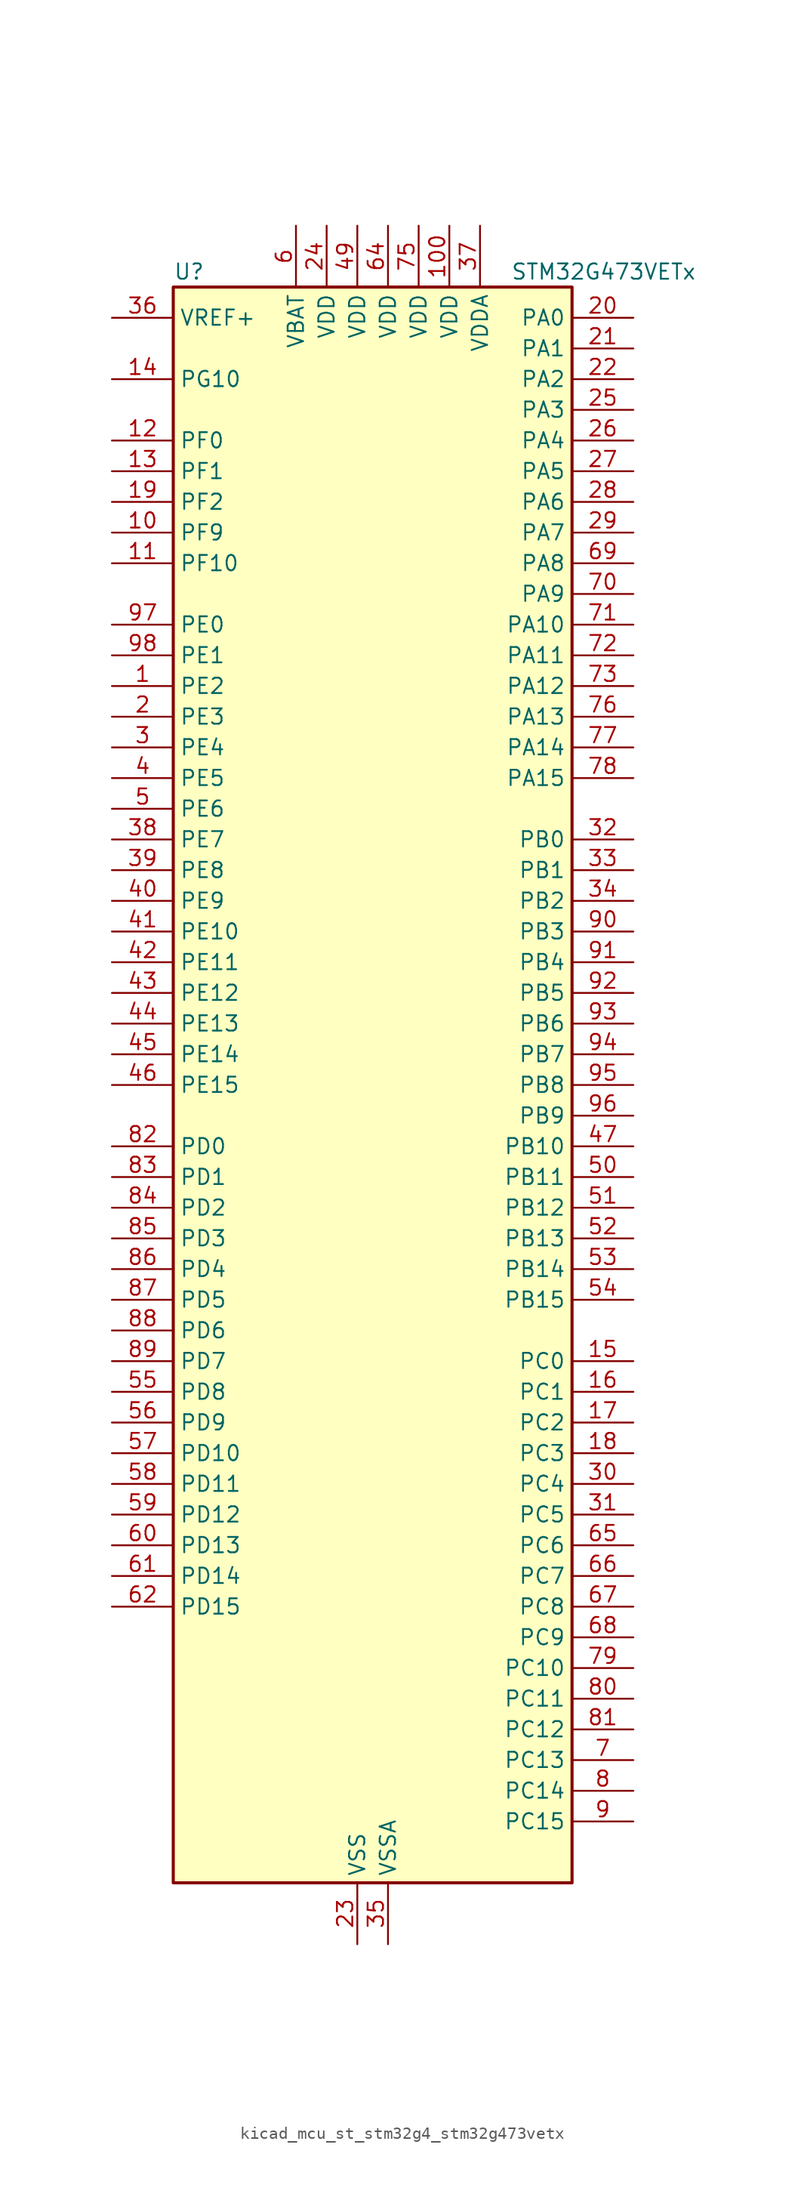
<source format=kicad_sym>
(kicad_symbol_lib
  (version 20220914)
  (generator kicad_symbol_editor)
  (symbol "kicad_mcu_st_stm32g4_stm32g473vetx"
    (property "Reference" "U"
      (at -15.24 67.31 0)
      (effects (font (size 1.27 1.27)) (justify left)))
    (property "Value" "STM32G473VETx"
      (at 12.7 67.31 0)
      (effects (font (size 1.27 1.27)) (justify left)))
    (property "ki_locked" ""
      (at 0 0 0)
      (effects (font (size 1.27 1.27))))
    (symbol "kicad_mcu_st_stm32g4_stm32g473vetx_0_1"
      (rectangle (start -15.24 -66.04) (end 17.78 66.04) (stroke (width 0.254) (type default)) (fill (type background))))
    (symbol "kicad_mcu_st_stm32g4_stm32g473vetx_1_1"
      (pin bidirectional line (at -20.32 33.02 0) (length 5.08) (name "PE2" (effects (font (size 1.27 1.27)))) (number "1" (effects (font (size 1.27 1.27)))) (alternate "ADC3_EXTI2" bidirectional line) (alternate "ADC4_EXTI2" bidirectional line) (alternate "ADC5_EXTI2" bidirectional line) (alternate "FMC_A23" bidirectional line) (alternate "SAI1_CK1" bidirectional line) (alternate "SAI1_MCLK_A" bidirectional line) (alternate "SPI4_SCK" bidirectional line) (alternate "SYS_TRACECLK" bidirectional line) (alternate "TIM20_CH1" bidirectional line) (alternate "TIM3_CH1" bidirectional line))
      (pin bidirectional line (at -20.32 45.72 0) (length 5.08) (name "PF9" (effects (font (size 1.27 1.27)))) (number "10" (effects (font (size 1.27 1.27)))) (alternate "DAC1_EXTI9" bidirectional line) (alternate "DAC2_EXTI9" bidirectional line) (alternate "DAC3_EXTI9" bidirectional line) (alternate "DAC4_EXTI9" bidirectional line) (alternate "FMC_A25" bidirectional line) (alternate "QUADSPI1_BK1_IO1" bidirectional line) (alternate "SAI1_FS_B" bidirectional line) (alternate "SPI2_SCK" bidirectional line) (alternate "TIM15_CH1" bidirectional line) (alternate "TIM20_BKIN" bidirectional line) (alternate "TIM5_CH4" bidirectional line))
      (pin power_in line (at 7.62 71.12 270) (length 5.08) (name "VDD" (effects (font (size 1.27 1.27)))) (number "100" (effects (font (size 1.27 1.27)))))
      (pin bidirectional line (at -20.32 43.18 0) (length 5.08) (name "PF10" (effects (font (size 1.27 1.27)))) (number "11" (effects (font (size 1.27 1.27)))) (alternate "DAC1_EXTI10" bidirectional line) (alternate "DAC2_EXTI10" bidirectional line) (alternate "DAC3_EXTI10" bidirectional line) (alternate "DAC4_EXTI10" bidirectional line) (alternate "FMC_A0" bidirectional line) (alternate "QUADSPI1_CLK" bidirectional line) (alternate "SAI1_D3" bidirectional line) (alternate "SPI2_SCK" bidirectional line) (alternate "TIM15_CH2" bidirectional line) (alternate "TIM20_BKIN2" bidirectional line))
      (pin bidirectional line (at -20.32 53.34 0) (length 5.08) (name "PF0" (effects (font (size 1.27 1.27)))) (number "12" (effects (font (size 1.27 1.27)))) (alternate "ADC1_IN10" bidirectional line) (alternate "I2C2_SDA" bidirectional line) (alternate "I2S2_WS" bidirectional line) (alternate "RCC_OSC_IN" bidirectional line) (alternate "SPI2_NSS" bidirectional line) (alternate "TIM1_CH3N" bidirectional line))
      (pin bidirectional line (at -20.32 50.8 0) (length 5.08) (name "PF1" (effects (font (size 1.27 1.27)))) (number "13" (effects (font (size 1.27 1.27)))) (alternate "ADC2_IN10" bidirectional line) (alternate "COMP3_INM" bidirectional line) (alternate "I2S2_CK" bidirectional line) (alternate "RCC_OSC_OUT" bidirectional line) (alternate "SPI2_SCK" bidirectional line))
      (pin bidirectional line (at -20.32 58.42 0) (length 5.08) (name "PG10" (effects (font (size 1.27 1.27)))) (number "14" (effects (font (size 1.27 1.27)))) (alternate "DAC1_EXTI10" bidirectional line) (alternate "DAC2_EXTI10" bidirectional line) (alternate "DAC3_EXTI10" bidirectional line) (alternate "DAC4_EXTI10" bidirectional line) (alternate "RCC_MCO" bidirectional line))
      (pin bidirectional line (at 22.86 -22.86 180) (length 5.08) (name "PC0" (effects (font (size 1.27 1.27)))) (number "15" (effects (font (size 1.27 1.27)))) (alternate "ADC1_IN6" bidirectional line) (alternate "ADC2_IN6" bidirectional line) (alternate "COMP3_INM" bidirectional line) (alternate "LPTIM1_IN1" bidirectional line) (alternate "LPUART1_RX" bidirectional line) (alternate "TIM1_CH1" bidirectional line))
      (pin bidirectional line (at 22.86 -25.4 180) (length 5.08) (name "PC1" (effects (font (size 1.27 1.27)))) (number "16" (effects (font (size 1.27 1.27)))) (alternate "ADC1_IN7" bidirectional line) (alternate "ADC2_IN7" bidirectional line) (alternate "COMP3_INP" bidirectional line) (alternate "LPTIM1_OUT" bidirectional line) (alternate "LPUART1_TX" bidirectional line) (alternate "QUADSPI1_BK2_IO0" bidirectional line) (alternate "SAI1_SD_A" bidirectional line) (alternate "TIM1_CH2" bidirectional line))
      (pin bidirectional line (at 22.86 -27.94 180) (length 5.08) (name "PC2" (effects (font (size 1.27 1.27)))) (number "17" (effects (font (size 1.27 1.27)))) (alternate "ADC1_IN8" bidirectional line) (alternate "ADC2_IN8" bidirectional line) (alternate "ADC3_EXTI2" bidirectional line) (alternate "ADC4_EXTI2" bidirectional line) (alternate "ADC5_EXTI2" bidirectional line) (alternate "COMP3_OUT" bidirectional line) (alternate "LPTIM1_IN2" bidirectional line) (alternate "QUADSPI1_BK2_IO1" bidirectional line) (alternate "TIM1_CH3" bidirectional line) (alternate "TIM20_CH2" bidirectional line))
      (pin bidirectional line (at 22.86 -30.48 180) (length 5.08) (name "PC3" (effects (font (size 1.27 1.27)))) (number "18" (effects (font (size 1.27 1.27)))) (alternate "ADC1_IN9" bidirectional line) (alternate "ADC2_IN9" bidirectional line) (alternate "ADC3_EXTI3" bidirectional line) (alternate "ADC4_EXTI3" bidirectional line) (alternate "ADC5_EXTI3" bidirectional line) (alternate "LPTIM1_ETR" bidirectional line) (alternate "OPAMP5_VINP" bidirectional line) (alternate "OPAMP5_VINP_SEC" bidirectional line) (alternate "QUADSPI1_BK2_IO2" bidirectional line) (alternate "SAI1_D1" bidirectional line) (alternate "SAI1_SD_A" bidirectional line) (alternate "TIM1_BKIN2" bidirectional line) (alternate "TIM1_CH4" bidirectional line))
      (pin bidirectional line (at -20.32 48.26 0) (length 5.08) (name "PF2" (effects (font (size 1.27 1.27)))) (number "19" (effects (font (size 1.27 1.27)))) (alternate "ADC3_EXTI2" bidirectional line) (alternate "ADC4_EXTI2" bidirectional line) (alternate "ADC5_EXTI2" bidirectional line) (alternate "FMC_A2" bidirectional line) (alternate "I2C2_SMBA" bidirectional line) (alternate "TIM20_CH3" bidirectional line))
      (pin bidirectional line (at -20.32 30.48 0) (length 5.08) (name "PE3" (effects (font (size 1.27 1.27)))) (number "2" (effects (font (size 1.27 1.27)))) (alternate "ADC3_EXTI3" bidirectional line) (alternate "ADC4_EXTI3" bidirectional line) (alternate "ADC5_EXTI3" bidirectional line) (alternate "FMC_A19" bidirectional line) (alternate "SAI1_SD_B" bidirectional line) (alternate "SPI4_NSS" bidirectional line) (alternate "SYS_TRACED0" bidirectional line) (alternate "TIM20_CH2" bidirectional line) (alternate "TIM3_CH2" bidirectional line))
      (pin bidirectional line (at 22.86 63.5 180) (length 5.08) (name "PA0" (effects (font (size 1.27 1.27)))) (number "20" (effects (font (size 1.27 1.27)))) (alternate "ADC1_IN1" bidirectional line) (alternate "ADC2_IN1" bidirectional line) (alternate "COMP1_INM" bidirectional line) (alternate "COMP1_OUT" bidirectional line) (alternate "COMP3_INP" bidirectional line) (alternate "RTC_TAMP2" bidirectional line) (alternate "SYS_WKUP1" bidirectional line) (alternate "TIM2_CH1" bidirectional line) (alternate "TIM2_ETR" bidirectional line) (alternate "TIM5_CH1" bidirectional line) (alternate "TIM8_BKIN" bidirectional line) (alternate "TIM8_ETR" bidirectional line) (alternate "USART2_CTS" bidirectional line) (alternate "USART2_NSS" bidirectional line))
      (pin bidirectional line (at 22.86 60.96 180) (length 5.08) (name "PA1" (effects (font (size 1.27 1.27)))) (number "21" (effects (font (size 1.27 1.27)))) (alternate "ADC1_IN2" bidirectional line) (alternate "ADC2_IN2" bidirectional line) (alternate "COMP1_INP" bidirectional line) (alternate "OPAMP1_VINP" bidirectional line) (alternate "OPAMP1_VINP_SEC" bidirectional line) (alternate "OPAMP3_VINP" bidirectional line) (alternate "OPAMP3_VINP_SEC" bidirectional line) (alternate "OPAMP6_VINM" bidirectional line) (alternate "OPAMP6_VINM0" bidirectional line) (alternate "OPAMP6_VINM_SEC" bidirectional line) (alternate "RTC_REFIN" bidirectional line) (alternate "TIM15_CH1N" bidirectional line) (alternate "TIM2_CH2" bidirectional line) (alternate "TIM5_CH2" bidirectional line) (alternate "USART2_DE" bidirectional line) (alternate "USART2_RTS" bidirectional line))
      (pin bidirectional line (at 22.86 58.42 180) (length 5.08) (name "PA2" (effects (font (size 1.27 1.27)))) (number "22" (effects (font (size 1.27 1.27)))) (alternate "ADC1_IN3" bidirectional line) (alternate "ADC3_EXTI2" bidirectional line) (alternate "ADC4_EXTI2" bidirectional line) (alternate "ADC5_EXTI2" bidirectional line) (alternate "COMP2_INM" bidirectional line) (alternate "COMP2_OUT" bidirectional line) (alternate "LPUART1_TX" bidirectional line) (alternate "OPAMP1_VOUT" bidirectional line) (alternate "QUADSPI1_BK1_NCS" bidirectional line) (alternate "RCC_LSCO" bidirectional line) (alternate "SYS_WKUP4" bidirectional line) (alternate "TIM15_CH1" bidirectional line) (alternate "TIM2_CH3" bidirectional line) (alternate "TIM5_CH3" bidirectional line) (alternate "UCPD1_FRSTX1" bidirectional line) (alternate "UCPD1_FRSTX2" bidirectional line) (alternate "USART2_TX" bidirectional line))
      (pin power_in line (at 0 -71.12 90) (length 5.08) (name "VSS" (effects (font (size 1.27 1.27)))) (number "23" (effects (font (size 1.27 1.27)))))
      (pin power_in line (at -2.54 71.12 270) (length 5.08) (name "VDD" (effects (font (size 1.27 1.27)))) (number "24" (effects (font (size 1.27 1.27)))))
      (pin bidirectional line (at 22.86 55.88 180) (length 5.08) (name "PA3" (effects (font (size 1.27 1.27)))) (number "25" (effects (font (size 1.27 1.27)))) (alternate "ADC1_IN4" bidirectional line) (alternate "ADC3_EXTI3" bidirectional line) (alternate "ADC4_EXTI3" bidirectional line) (alternate "ADC5_EXTI3" bidirectional line) (alternate "COMP2_INP" bidirectional line) (alternate "LPUART1_RX" bidirectional line) (alternate "OPAMP1_VINM" bidirectional line) (alternate "OPAMP1_VINM0" bidirectional line) (alternate "OPAMP1_VINM_SEC" bidirectional line) (alternate "OPAMP1_VINP" bidirectional line) (alternate "OPAMP1_VINP_SEC" bidirectional line) (alternate "OPAMP5_VINM" bidirectional line) (alternate "OPAMP5_VINM1" bidirectional line) (alternate "OPAMP5_VINM_SEC" bidirectional line) (alternate "QUADSPI1_CLK" bidirectional line) (alternate "SAI1_CK1" bidirectional line) (alternate "SAI1_MCLK_A" bidirectional line) (alternate "TIM15_CH2" bidirectional line) (alternate "TIM2_CH4" bidirectional line) (alternate "TIM5_CH4" bidirectional line) (alternate "USART2_RX" bidirectional line))
      (pin bidirectional line (at 22.86 53.34 180) (length 5.08) (name "PA4" (effects (font (size 1.27 1.27)))) (number "26" (effects (font (size 1.27 1.27)))) (alternate "ADC2_IN17" bidirectional line) (alternate "COMP1_INM" bidirectional line) (alternate "DAC1_OUT1" bidirectional line) (alternate "I2S3_WS" bidirectional line) (alternate "SAI1_FS_B" bidirectional line) (alternate "SPI1_NSS" bidirectional line) (alternate "SPI3_NSS" bidirectional line) (alternate "TIM3_CH2" bidirectional line) (alternate "USART2_CK" bidirectional line))
      (pin bidirectional line (at 22.86 50.8 180) (length 5.08) (name "PA5" (effects (font (size 1.27 1.27)))) (number "27" (effects (font (size 1.27 1.27)))) (alternate "ADC2_IN13" bidirectional line) (alternate "COMP2_INM" bidirectional line) (alternate "DAC1_OUT2" bidirectional line) (alternate "OPAMP2_VINM" bidirectional line) (alternate "OPAMP2_VINM0" bidirectional line) (alternate "OPAMP2_VINM_SEC" bidirectional line) (alternate "SPI1_SCK" bidirectional line) (alternate "TIM2_CH1" bidirectional line) (alternate "TIM2_ETR" bidirectional line) (alternate "UCPD1_FRSTX1" bidirectional line) (alternate "UCPD1_FRSTX2" bidirectional line))
      (pin bidirectional line (at 22.86 48.26 180) (length 5.08) (name "PA6" (effects (font (size 1.27 1.27)))) (number "28" (effects (font (size 1.27 1.27)))) (alternate "ADC2_IN3" bidirectional line) (alternate "COMP1_OUT" bidirectional line) (alternate "DAC2_OUT1" bidirectional line) (alternate "LPUART1_CTS" bidirectional line) (alternate "OPAMP2_VOUT" bidirectional line) (alternate "QUADSPI1_BK1_IO3" bidirectional line) (alternate "SPI1_MISO" bidirectional line) (alternate "TIM16_CH1" bidirectional line) (alternate "TIM1_BKIN" bidirectional line) (alternate "TIM3_CH1" bidirectional line) (alternate "TIM8_BKIN" bidirectional line))
      (pin bidirectional line (at 22.86 45.72 180) (length 5.08) (name "PA7" (effects (font (size 1.27 1.27)))) (number "29" (effects (font (size 1.27 1.27)))) (alternate "ADC2_IN4" bidirectional line) (alternate "COMP2_INP" bidirectional line) (alternate "COMP2_OUT" bidirectional line) (alternate "OPAMP1_VINP" bidirectional line) (alternate "OPAMP1_VINP_SEC" bidirectional line) (alternate "OPAMP2_VINP" bidirectional line) (alternate "OPAMP2_VINP_SEC" bidirectional line) (alternate "QUADSPI1_BK1_IO2" bidirectional line) (alternate "SPI1_MOSI" bidirectional line) (alternate "TIM17_CH1" bidirectional line) (alternate "TIM1_CH1N" bidirectional line) (alternate "TIM3_CH2" bidirectional line) (alternate "TIM8_CH1N" bidirectional line) (alternate "UCPD1_FRSTX1" bidirectional line) (alternate "UCPD1_FRSTX2" bidirectional line))
      (pin bidirectional line (at -20.32 27.94 0) (length 5.08) (name "PE4" (effects (font (size 1.27 1.27)))) (number "3" (effects (font (size 1.27 1.27)))) (alternate "FMC_A20" bidirectional line) (alternate "SAI1_D2" bidirectional line) (alternate "SAI1_FS_A" bidirectional line) (alternate "SPI4_NSS" bidirectional line) (alternate "SYS_TRACED1" bidirectional line) (alternate "TIM20_CH1N" bidirectional line) (alternate "TIM3_CH3" bidirectional line))
      (pin bidirectional line (at 22.86 -33.02 180) (length 5.08) (name "PC4" (effects (font (size 1.27 1.27)))) (number "30" (effects (font (size 1.27 1.27)))) (alternate "ADC2_IN5" bidirectional line) (alternate "I2C2_SCL" bidirectional line) (alternate "QUADSPI1_BK2_IO3" bidirectional line) (alternate "TIM1_ETR" bidirectional line) (alternate "USART1_TX" bidirectional line))
      (pin bidirectional line (at 22.86 -35.56 180) (length 5.08) (name "PC5" (effects (font (size 1.27 1.27)))) (number "31" (effects (font (size 1.27 1.27)))) (alternate "ADC2_IN11" bidirectional line) (alternate "OPAMP1_VINM" bidirectional line) (alternate "OPAMP1_VINM1" bidirectional line) (alternate "OPAMP1_VINM_SEC" bidirectional line) (alternate "OPAMP2_VINM" bidirectional line) (alternate "OPAMP2_VINM1" bidirectional line) (alternate "OPAMP2_VINM_SEC" bidirectional line) (alternate "SAI1_D3" bidirectional line) (alternate "SYS_WKUP5" bidirectional line) (alternate "TIM15_BKIN" bidirectional line) (alternate "TIM1_CH4N" bidirectional line) (alternate "USART1_RX" bidirectional line))
      (pin bidirectional line (at 22.86 20.32 180) (length 5.08) (name "PB0" (effects (font (size 1.27 1.27)))) (number "32" (effects (font (size 1.27 1.27)))) (alternate "ADC1_IN15" bidirectional line) (alternate "ADC3_IN12" bidirectional line) (alternate "COMP4_INP" bidirectional line) (alternate "OPAMP2_VINP" bidirectional line) (alternate "OPAMP2_VINP_SEC" bidirectional line) (alternate "OPAMP3_VINP" bidirectional line) (alternate "OPAMP3_VINP_SEC" bidirectional line) (alternate "QUADSPI1_BK1_IO1" bidirectional line) (alternate "TIM1_CH2N" bidirectional line) (alternate "TIM3_CH3" bidirectional line) (alternate "TIM8_CH2N" bidirectional line) (alternate "UCPD1_FRSTX1" bidirectional line) (alternate "UCPD1_FRSTX2" bidirectional line))
      (pin bidirectional line (at 22.86 17.78 180) (length 5.08) (name "PB1" (effects (font (size 1.27 1.27)))) (number "33" (effects (font (size 1.27 1.27)))) (alternate "ADC1_IN12" bidirectional line) (alternate "ADC3_IN1" bidirectional line) (alternate "COMP1_INP" bidirectional line) (alternate "COMP4_OUT" bidirectional line) (alternate "LPUART1_DE" bidirectional line) (alternate "LPUART1_RTS" bidirectional line) (alternate "OPAMP3_VOUT" bidirectional line) (alternate "OPAMP6_VINM" bidirectional line) (alternate "OPAMP6_VINM1" bidirectional line) (alternate "OPAMP6_VINM_SEC" bidirectional line) (alternate "QUADSPI1_BK1_IO0" bidirectional line) (alternate "TIM1_CH3N" bidirectional line) (alternate "TIM3_CH4" bidirectional line) (alternate "TIM8_CH3N" bidirectional line))
      (pin bidirectional line (at 22.86 15.24 180) (length 5.08) (name "PB2" (effects (font (size 1.27 1.27)))) (number "34" (effects (font (size 1.27 1.27)))) (alternate "ADC2_IN12" bidirectional line) (alternate "ADC3_EXTI2" bidirectional line) (alternate "ADC4_EXTI2" bidirectional line) (alternate "ADC5_EXTI2" bidirectional line) (alternate "COMP4_INM" bidirectional line) (alternate "I2C3_SMBA" bidirectional line) (alternate "LPTIM1_OUT" bidirectional line) (alternate "OPAMP3_VINM" bidirectional line) (alternate "OPAMP3_VINM0" bidirectional line) (alternate "OPAMP3_VINM_SEC" bidirectional line) (alternate "QUADSPI1_BK2_IO1" bidirectional line) (alternate "RTC_OUT2" bidirectional line) (alternate "TIM20_CH1" bidirectional line) (alternate "TIM5_CH1" bidirectional line))
      (pin power_in line (at 2.54 -71.12 90) (length 5.08) (name "VSSA" (effects (font (size 1.27 1.27)))) (number "35" (effects (font (size 1.27 1.27)))))
      (pin input line (at -20.32 63.5 0) (length 5.08) (name "VREF+" (effects (font (size 1.27 1.27)))) (number "36" (effects (font (size 1.27 1.27)))) (alternate "VREFBUF_OUT" bidirectional line))
      (pin power_in line (at 10.16 71.12 270) (length 5.08) (name "VDDA" (effects (font (size 1.27 1.27)))) (number "37" (effects (font (size 1.27 1.27)))))
      (pin bidirectional line (at -20.32 20.32 0) (length 5.08) (name "PE7" (effects (font (size 1.27 1.27)))) (number "38" (effects (font (size 1.27 1.27)))) (alternate "ADC3_IN4" bidirectional line) (alternate "COMP4_INP" bidirectional line) (alternate "FMC_D4" bidirectional line) (alternate "FMC_DA4" bidirectional line) (alternate "SAI1_SD_B" bidirectional line) (alternate "TIM1_ETR" bidirectional line))
      (pin bidirectional line (at -20.32 17.78 0) (length 5.08) (name "PE8" (effects (font (size 1.27 1.27)))) (number "39" (effects (font (size 1.27 1.27)))) (alternate "ADC3_IN6" bidirectional line) (alternate "ADC4_IN6" bidirectional line) (alternate "ADC5_IN6" bidirectional line) (alternate "COMP4_INM" bidirectional line) (alternate "FMC_D5" bidirectional line) (alternate "FMC_DA5" bidirectional line) (alternate "SAI1_SCK_B" bidirectional line) (alternate "TIM1_CH1N" bidirectional line) (alternate "TIM5_CH3" bidirectional line))
      (pin bidirectional line (at -20.32 25.4 0) (length 5.08) (name "PE5" (effects (font (size 1.27 1.27)))) (number "4" (effects (font (size 1.27 1.27)))) (alternate "FMC_A21" bidirectional line) (alternate "SAI1_CK2" bidirectional line) (alternate "SAI1_SCK_A" bidirectional line) (alternate "SPI4_MISO" bidirectional line) (alternate "SYS_TRACED2" bidirectional line) (alternate "TIM20_CH2N" bidirectional line) (alternate "TIM3_CH4" bidirectional line))
      (pin bidirectional line (at -20.32 15.24 0) (length 5.08) (name "PE9" (effects (font (size 1.27 1.27)))) (number "40" (effects (font (size 1.27 1.27)))) (alternate "ADC3_IN2" bidirectional line) (alternate "DAC1_EXTI9" bidirectional line) (alternate "DAC2_EXTI9" bidirectional line) (alternate "DAC3_EXTI9" bidirectional line) (alternate "DAC4_EXTI9" bidirectional line) (alternate "FMC_D6" bidirectional line) (alternate "FMC_DA6" bidirectional line) (alternate "SAI1_FS_B" bidirectional line) (alternate "TIM1_CH1" bidirectional line) (alternate "TIM5_CH4" bidirectional line))
      (pin bidirectional line (at -20.32 12.7 0) (length 5.08) (name "PE10" (effects (font (size 1.27 1.27)))) (number "41" (effects (font (size 1.27 1.27)))) (alternate "ADC3_IN14" bidirectional line) (alternate "ADC4_IN14" bidirectional line) (alternate "ADC5_IN14" bidirectional line) (alternate "DAC1_EXTI10" bidirectional line) (alternate "DAC2_EXTI10" bidirectional line) (alternate "DAC3_EXTI10" bidirectional line) (alternate "DAC4_EXTI10" bidirectional line) (alternate "FMC_D7" bidirectional line) (alternate "FMC_DA7" bidirectional line) (alternate "QUADSPI1_CLK" bidirectional line) (alternate "SAI1_MCLK_B" bidirectional line) (alternate "TIM1_CH2N" bidirectional line))
      (pin bidirectional line (at -20.32 10.16 0) (length 5.08) (name "PE11" (effects (font (size 1.27 1.27)))) (number "42" (effects (font (size 1.27 1.27)))) (alternate "ADC1_EXTI11" bidirectional line) (alternate "ADC2_EXTI11" bidirectional line) (alternate "ADC3_IN15" bidirectional line) (alternate "ADC4_IN15" bidirectional line) (alternate "ADC5_IN15" bidirectional line) (alternate "FMC_D8" bidirectional line) (alternate "FMC_DA8" bidirectional line) (alternate "QUADSPI1_BK1_NCS" bidirectional line) (alternate "SPI4_NSS" bidirectional line) (alternate "TIM1_CH2" bidirectional line))
      (pin bidirectional line (at -20.32 7.62 0) (length 5.08) (name "PE12" (effects (font (size 1.27 1.27)))) (number "43" (effects (font (size 1.27 1.27)))) (alternate "ADC3_IN16" bidirectional line) (alternate "ADC4_IN16" bidirectional line) (alternate "ADC5_IN16" bidirectional line) (alternate "FMC_D9" bidirectional line) (alternate "FMC_DA9" bidirectional line) (alternate "QUADSPI1_BK1_IO0" bidirectional line) (alternate "SPI4_SCK" bidirectional line) (alternate "TIM1_CH3N" bidirectional line))
      (pin bidirectional line (at -20.32 5.08 0) (length 5.08) (name "PE13" (effects (font (size 1.27 1.27)))) (number "44" (effects (font (size 1.27 1.27)))) (alternate "ADC3_IN3" bidirectional line) (alternate "FMC_D10" bidirectional line) (alternate "FMC_DA10" bidirectional line) (alternate "QUADSPI1_BK1_IO1" bidirectional line) (alternate "SPI4_MISO" bidirectional line) (alternate "TIM1_CH3" bidirectional line))
      (pin bidirectional line (at -20.32 2.54 0) (length 5.08) (name "PE14" (effects (font (size 1.27 1.27)))) (number "45" (effects (font (size 1.27 1.27)))) (alternate "ADC4_IN1" bidirectional line) (alternate "FMC_D11" bidirectional line) (alternate "FMC_DA11" bidirectional line) (alternate "QUADSPI1_BK1_IO2" bidirectional line) (alternate "SPI4_MOSI" bidirectional line) (alternate "TIM1_BKIN2" bidirectional line) (alternate "TIM1_CH4" bidirectional line))
      (pin bidirectional line (at -20.32 0 0) (length 5.08) (name "PE15" (effects (font (size 1.27 1.27)))) (number "46" (effects (font (size 1.27 1.27)))) (alternate "ADC1_EXTI15" bidirectional line) (alternate "ADC2_EXTI15" bidirectional line) (alternate "ADC4_IN2" bidirectional line) (alternate "FMC_D12" bidirectional line) (alternate "FMC_DA12" bidirectional line) (alternate "QUADSPI1_BK1_IO3" bidirectional line) (alternate "TIM1_BKIN" bidirectional line) (alternate "TIM1_CH4N" bidirectional line) (alternate "USART3_RX" bidirectional line))
      (pin bidirectional line (at 22.86 -5.08 180) (length 5.08) (name "PB10" (effects (font (size 1.27 1.27)))) (number "47" (effects (font (size 1.27 1.27)))) (alternate "COMP5_INM" bidirectional line) (alternate "DAC1_EXTI10" bidirectional line) (alternate "DAC2_EXTI10" bidirectional line) (alternate "DAC3_EXTI10" bidirectional line) (alternate "DAC4_EXTI10" bidirectional line) (alternate "LPUART1_RX" bidirectional line) (alternate "OPAMP3_VINM" bidirectional line) (alternate "OPAMP3_VINM1" bidirectional line) (alternate "OPAMP3_VINM_SEC" bidirectional line) (alternate "OPAMP4_VINM" bidirectional line) (alternate "OPAMP4_VINM0" bidirectional line) (alternate "OPAMP4_VINM_SEC" bidirectional line) (alternate "QUADSPI1_CLK" bidirectional line) (alternate "SAI1_SCK_A" bidirectional line) (alternate "TIM1_BKIN" bidirectional line) (alternate "TIM2_CH3" bidirectional line) (alternate "USART3_TX" bidirectional line))
      (pin passive line (at 0 -71.12 90) (length 5.08) hide (name "VSS" (effects (font (size 1.27 1.27)))) (number "48" (effects (font (size 1.27 1.27)))))
      (pin power_in line (at 0 71.12 270) (length 5.08) (name "VDD" (effects (font (size 1.27 1.27)))) (number "49" (effects (font (size 1.27 1.27)))))
      (pin bidirectional line (at -20.32 22.86 0) (length 5.08) (name "PE6" (effects (font (size 1.27 1.27)))) (number "5" (effects (font (size 1.27 1.27)))) (alternate "FMC_A22" bidirectional line) (alternate "RTC_TAMP3" bidirectional line) (alternate "SAI1_D1" bidirectional line) (alternate "SAI1_SD_A" bidirectional line) (alternate "SPI4_MOSI" bidirectional line) (alternate "SYS_TRACED3" bidirectional line) (alternate "SYS_WKUP3" bidirectional line) (alternate "TIM20_CH3N" bidirectional line))
      (pin bidirectional line (at 22.86 -7.62 180) (length 5.08) (name "PB11" (effects (font (size 1.27 1.27)))) (number "50" (effects (font (size 1.27 1.27)))) (alternate "ADC1_EXTI11" bidirectional line) (alternate "ADC1_IN14" bidirectional line) (alternate "ADC2_EXTI11" bidirectional line) (alternate "ADC2_IN14" bidirectional line) (alternate "COMP6_INP" bidirectional line) (alternate "LPUART1_TX" bidirectional line) (alternate "OPAMP4_VINP" bidirectional line) (alternate "OPAMP4_VINP_SEC" bidirectional line) (alternate "OPAMP6_VOUT" bidirectional line) (alternate "QUADSPI1_BK1_NCS" bidirectional line) (alternate "TIM2_CH4" bidirectional line) (alternate "USART3_RX" bidirectional line))
      (pin bidirectional line (at 22.86 -10.16 180) (length 5.08) (name "PB12" (effects (font (size 1.27 1.27)))) (number "51" (effects (font (size 1.27 1.27)))) (alternate "ADC1_IN11" bidirectional line) (alternate "ADC4_IN3" bidirectional line) (alternate "COMP7_INM" bidirectional line) (alternate "FDCAN2_RX" bidirectional line) (alternate "I2C2_SMBA" bidirectional line) (alternate "I2S2_WS" bidirectional line) (alternate "LPUART1_DE" bidirectional line) (alternate "LPUART1_RTS" bidirectional line) (alternate "OPAMP4_VOUT" bidirectional line) (alternate "OPAMP6_VINP" bidirectional line) (alternate "OPAMP6_VINP_SEC" bidirectional line) (alternate "SPI2_NSS" bidirectional line) (alternate "TIM1_BKIN" bidirectional line) (alternate "TIM5_ETR" bidirectional line) (alternate "USART3_CK" bidirectional line))
      (pin bidirectional line (at 22.86 -12.7 180) (length 5.08) (name "PB13" (effects (font (size 1.27 1.27)))) (number "52" (effects (font (size 1.27 1.27)))) (alternate "ADC3_IN5" bidirectional line) (alternate "COMP5_INP" bidirectional line) (alternate "FDCAN2_TX" bidirectional line) (alternate "I2S2_CK" bidirectional line) (alternate "LPUART1_CTS" bidirectional line) (alternate "OPAMP3_VINP" bidirectional line) (alternate "OPAMP3_VINP_SEC" bidirectional line) (alternate "OPAMP4_VINP" bidirectional line) (alternate "OPAMP4_VINP_SEC" bidirectional line) (alternate "OPAMP6_VINP" bidirectional line) (alternate "OPAMP6_VINP_SEC" bidirectional line) (alternate "SPI2_SCK" bidirectional line) (alternate "TIM1_CH1N" bidirectional line) (alternate "USART3_CTS" bidirectional line) (alternate "USART3_NSS" bidirectional line))
      (pin bidirectional line (at 22.86 -15.24 180) (length 5.08) (name "PB14" (effects (font (size 1.27 1.27)))) (number "53" (effects (font (size 1.27 1.27)))) (alternate "ADC1_IN5" bidirectional line) (alternate "ADC4_IN4" bidirectional line) (alternate "COMP4_OUT" bidirectional line) (alternate "COMP7_INP" bidirectional line) (alternate "OPAMP2_VINP" bidirectional line) (alternate "OPAMP2_VINP_SEC" bidirectional line) (alternate "OPAMP5_VINP" bidirectional line) (alternate "OPAMP5_VINP_SEC" bidirectional line) (alternate "SPI2_MISO" bidirectional line) (alternate "TIM15_CH1" bidirectional line) (alternate "TIM1_CH2N" bidirectional line) (alternate "USART3_DE" bidirectional line) (alternate "USART3_RTS" bidirectional line))
      (pin bidirectional line (at 22.86 -17.78 180) (length 5.08) (name "PB15" (effects (font (size 1.27 1.27)))) (number "54" (effects (font (size 1.27 1.27)))) (alternate "ADC1_EXTI15" bidirectional line) (alternate "ADC2_EXTI15" bidirectional line) (alternate "ADC2_IN15" bidirectional line) (alternate "ADC4_IN5" bidirectional line) (alternate "COMP3_OUT" bidirectional line) (alternate "COMP6_INM" bidirectional line) (alternate "I2S2_SD" bidirectional line) (alternate "OPAMP5_VINM" bidirectional line) (alternate "OPAMP5_VINM0" bidirectional line) (alternate "OPAMP5_VINM_SEC" bidirectional line) (alternate "RTC_REFIN" bidirectional line) (alternate "SPI2_MOSI" bidirectional line) (alternate "TIM15_CH1N" bidirectional line) (alternate "TIM15_CH2" bidirectional line) (alternate "TIM1_CH3N" bidirectional line))
      (pin bidirectional line (at -20.32 -25.4 0) (length 5.08) (name "PD8" (effects (font (size 1.27 1.27)))) (number "55" (effects (font (size 1.27 1.27)))) (alternate "ADC4_IN12" bidirectional line) (alternate "ADC5_IN12" bidirectional line) (alternate "FMC_D13" bidirectional line) (alternate "FMC_DA13" bidirectional line) (alternate "OPAMP4_VINM" bidirectional line) (alternate "OPAMP4_VINM1" bidirectional line) (alternate "OPAMP4_VINM_SEC" bidirectional line) (alternate "USART3_TX" bidirectional line))
      (pin bidirectional line (at -20.32 -27.94 0) (length 5.08) (name "PD9" (effects (font (size 1.27 1.27)))) (number "56" (effects (font (size 1.27 1.27)))) (alternate "ADC4_IN13" bidirectional line) (alternate "ADC5_IN13" bidirectional line) (alternate "DAC1_EXTI9" bidirectional line) (alternate "DAC2_EXTI9" bidirectional line) (alternate "DAC3_EXTI9" bidirectional line) (alternate "DAC4_EXTI9" bidirectional line) (alternate "FMC_D14" bidirectional line) (alternate "FMC_DA14" bidirectional line) (alternate "OPAMP6_VINP" bidirectional line) (alternate "OPAMP6_VINP_SEC" bidirectional line) (alternate "USART3_RX" bidirectional line))
      (pin bidirectional line (at -20.32 -30.48 0) (length 5.08) (name "PD10" (effects (font (size 1.27 1.27)))) (number "57" (effects (font (size 1.27 1.27)))) (alternate "ADC3_IN7" bidirectional line) (alternate "ADC4_IN7" bidirectional line) (alternate "ADC5_IN7" bidirectional line) (alternate "COMP6_INM" bidirectional line) (alternate "DAC1_EXTI10" bidirectional line) (alternate "DAC2_EXTI10" bidirectional line) (alternate "DAC3_EXTI10" bidirectional line) (alternate "DAC4_EXTI10" bidirectional line) (alternate "FMC_D15" bidirectional line) (alternate "FMC_DA15" bidirectional line) (alternate "USART3_CK" bidirectional line))
      (pin bidirectional line (at -20.32 -33.02 0) (length 5.08) (name "PD11" (effects (font (size 1.27 1.27)))) (number "58" (effects (font (size 1.27 1.27)))) (alternate "ADC1_EXTI11" bidirectional line) (alternate "ADC2_EXTI11" bidirectional line) (alternate "ADC3_IN8" bidirectional line) (alternate "ADC4_IN8" bidirectional line) (alternate "ADC5_IN8" bidirectional line) (alternate "COMP6_INP" bidirectional line) (alternate "FMC_A16" bidirectional line) (alternate "FMC_CLE" bidirectional line) (alternate "I2C4_SMBA" bidirectional line) (alternate "OPAMP4_VINP" bidirectional line) (alternate "OPAMP4_VINP_SEC" bidirectional line) (alternate "TIM5_ETR" bidirectional line) (alternate "USART3_CTS" bidirectional line) (alternate "USART3_NSS" bidirectional line))
      (pin bidirectional line (at -20.32 -35.56 0) (length 5.08) (name "PD12" (effects (font (size 1.27 1.27)))) (number "59" (effects (font (size 1.27 1.27)))) (alternate "ADC3_IN9" bidirectional line) (alternate "ADC4_IN9" bidirectional line) (alternate "ADC5_IN9" bidirectional line) (alternate "COMP5_INP" bidirectional line) (alternate "FMC_A17" bidirectional line) (alternate "FMC_ALE" bidirectional line) (alternate "OPAMP5_VINP" bidirectional line) (alternate "OPAMP5_VINP_SEC" bidirectional line) (alternate "TIM4_CH1" bidirectional line) (alternate "USART3_DE" bidirectional line) (alternate "USART3_RTS" bidirectional line))
      (pin power_in line (at -5.08 71.12 270) (length 5.08) (name "VBAT" (effects (font (size 1.27 1.27)))) (number "6" (effects (font (size 1.27 1.27)))))
      (pin bidirectional line (at -20.32 -38.1 0) (length 5.08) (name "PD13" (effects (font (size 1.27 1.27)))) (number "60" (effects (font (size 1.27 1.27)))) (alternate "ADC3_IN10" bidirectional line) (alternate "ADC4_IN10" bidirectional line) (alternate "ADC5_IN10" bidirectional line) (alternate "COMP5_INM" bidirectional line) (alternate "FMC_A18" bidirectional line) (alternate "TIM4_CH2" bidirectional line))
      (pin bidirectional line (at -20.32 -40.64 0) (length 5.08) (name "PD14" (effects (font (size 1.27 1.27)))) (number "61" (effects (font (size 1.27 1.27)))) (alternate "ADC3_IN11" bidirectional line) (alternate "ADC4_IN11" bidirectional line) (alternate "ADC5_IN11" bidirectional line) (alternate "COMP7_INP" bidirectional line) (alternate "FMC_D0" bidirectional line) (alternate "FMC_DA0" bidirectional line) (alternate "OPAMP2_VINP" bidirectional line) (alternate "OPAMP2_VINP_SEC" bidirectional line) (alternate "TIM4_CH3" bidirectional line))
      (pin bidirectional line (at -20.32 -43.18 0) (length 5.08) (name "PD15" (effects (font (size 1.27 1.27)))) (number "62" (effects (font (size 1.27 1.27)))) (alternate "ADC1_EXTI15" bidirectional line) (alternate "ADC2_EXTI15" bidirectional line) (alternate "COMP7_INM" bidirectional line) (alternate "FMC_D1" bidirectional line) (alternate "FMC_DA1" bidirectional line) (alternate "SPI2_NSS" bidirectional line) (alternate "TIM4_CH4" bidirectional line))
      (pin passive line (at 0 -71.12 90) (length 5.08) hide (name "VSS" (effects (font (size 1.27 1.27)))) (number "63" (effects (font (size 1.27 1.27)))))
      (pin power_in line (at 2.54 71.12 270) (length 5.08) (name "VDD" (effects (font (size 1.27 1.27)))) (number "64" (effects (font (size 1.27 1.27)))))
      (pin bidirectional line (at 22.86 -38.1 180) (length 5.08) (name "PC6" (effects (font (size 1.27 1.27)))) (number "65" (effects (font (size 1.27 1.27)))) (alternate "COMP6_OUT" bidirectional line) (alternate "I2C4_SCL" bidirectional line) (alternate "I2S2_MCK" bidirectional line) (alternate "TIM3_CH1" bidirectional line) (alternate "TIM8_CH1" bidirectional line))
      (pin bidirectional line (at 22.86 -40.64 180) (length 5.08) (name "PC7" (effects (font (size 1.27 1.27)))) (number "66" (effects (font (size 1.27 1.27)))) (alternate "COMP5_OUT" bidirectional line) (alternate "I2C4_SDA" bidirectional line) (alternate "I2S3_MCK" bidirectional line) (alternate "TIM3_CH2" bidirectional line) (alternate "TIM8_CH2" bidirectional line))
      (pin bidirectional line (at 22.86 -43.18 180) (length 5.08) (name "PC8" (effects (font (size 1.27 1.27)))) (number "67" (effects (font (size 1.27 1.27)))) (alternate "COMP7_OUT" bidirectional line) (alternate "I2C3_SCL" bidirectional line) (alternate "TIM20_CH3" bidirectional line) (alternate "TIM3_CH3" bidirectional line) (alternate "TIM8_CH3" bidirectional line))
      (pin bidirectional line (at 22.86 -45.72 180) (length 5.08) (name "PC9" (effects (font (size 1.27 1.27)))) (number "68" (effects (font (size 1.27 1.27)))) (alternate "DAC1_EXTI9" bidirectional line) (alternate "DAC2_EXTI9" bidirectional line) (alternate "DAC3_EXTI9" bidirectional line) (alternate "DAC4_EXTI9" bidirectional line) (alternate "I2C3_SDA" bidirectional line) (alternate "I2S_CKIN" bidirectional line) (alternate "TIM3_CH4" bidirectional line) (alternate "TIM8_BKIN2" bidirectional line) (alternate "TIM8_CH4" bidirectional line))
      (pin bidirectional line (at 22.86 43.18 180) (length 5.08) (name "PA8" (effects (font (size 1.27 1.27)))) (number "69" (effects (font (size 1.27 1.27)))) (alternate "ADC5_IN1" bidirectional line) (alternate "COMP7_OUT" bidirectional line) (alternate "FDCAN3_RX" bidirectional line) (alternate "I2C2_SDA" bidirectional line) (alternate "I2C3_SCL" bidirectional line) (alternate "I2S2_MCK" bidirectional line) (alternate "OPAMP5_VOUT" bidirectional line) (alternate "RCC_MCO" bidirectional line) (alternate "SAI1_CK2" bidirectional line) (alternate "SAI1_SCK_A" bidirectional line) (alternate "TIM1_CH1" bidirectional line) (alternate "TIM4_ETR" bidirectional line) (alternate "USART1_CK" bidirectional line))
      (pin bidirectional line (at 22.86 -55.88 180) (length 5.08) (name "PC13" (effects (font (size 1.27 1.27)))) (number "7" (effects (font (size 1.27 1.27)))) (alternate "RTC_OUT1" bidirectional line) (alternate "RTC_TAMP1" bidirectional line) (alternate "RTC_TS" bidirectional line) (alternate "SYS_WKUP2" bidirectional line) (alternate "TIM1_BKIN" bidirectional line) (alternate "TIM1_CH1N" bidirectional line) (alternate "TIM8_CH4N" bidirectional line))
      (pin bidirectional line (at 22.86 40.64 180) (length 5.08) (name "PA9" (effects (font (size 1.27 1.27)))) (number "70" (effects (font (size 1.27 1.27)))) (alternate "ADC5_IN2" bidirectional line) (alternate "COMP5_OUT" bidirectional line) (alternate "DAC1_EXTI9" bidirectional line) (alternate "DAC2_EXTI9" bidirectional line) (alternate "DAC3_EXTI9" bidirectional line) (alternate "DAC4_EXTI9" bidirectional line) (alternate "I2C2_SCL" bidirectional line) (alternate "I2C3_SMBA" bidirectional line) (alternate "I2S3_MCK" bidirectional line) (alternate "SAI1_FS_A" bidirectional line) (alternate "TIM15_BKIN" bidirectional line) (alternate "TIM1_CH2" bidirectional line) (alternate "TIM2_CH3" bidirectional line) (alternate "UCPD1_DBCC1" bidirectional line) (alternate "USART1_TX" bidirectional line))
      (pin bidirectional line (at 22.86 38.1 180) (length 5.08) (name "PA10" (effects (font (size 1.27 1.27)))) (number "71" (effects (font (size 1.27 1.27)))) (alternate "COMP6_OUT" bidirectional line) (alternate "CRS_SYNC" bidirectional line) (alternate "DAC1_EXTI10" bidirectional line) (alternate "DAC2_EXTI10" bidirectional line) (alternate "DAC3_EXTI10" bidirectional line) (alternate "DAC4_EXTI10" bidirectional line) (alternate "I2C2_SMBA" bidirectional line) (alternate "SAI1_D1" bidirectional line) (alternate "SAI1_SD_A" bidirectional line) (alternate "SPI2_MISO" bidirectional line) (alternate "TIM17_BKIN" bidirectional line) (alternate "TIM1_CH3" bidirectional line) (alternate "TIM2_CH4" bidirectional line) (alternate "TIM8_BKIN" bidirectional line) (alternate "UCPD1_DBCC2" bidirectional line) (alternate "USART1_RX" bidirectional line))
      (pin bidirectional line (at 22.86 35.56 180) (length 5.08) (name "PA11" (effects (font (size 1.27 1.27)))) (number "72" (effects (font (size 1.27 1.27)))) (alternate "ADC1_EXTI11" bidirectional line) (alternate "ADC2_EXTI11" bidirectional line) (alternate "COMP1_OUT" bidirectional line) (alternate "FDCAN1_RX" bidirectional line) (alternate "I2S2_SD" bidirectional line) (alternate "SPI2_MOSI" bidirectional line) (alternate "TIM1_BKIN2" bidirectional line) (alternate "TIM1_CH1N" bidirectional line) (alternate "TIM1_CH4" bidirectional line) (alternate "TIM4_CH1" bidirectional line) (alternate "USART1_CTS" bidirectional line) (alternate "USART1_NSS" bidirectional line) (alternate "USB_DM" bidirectional line))
      (pin bidirectional line (at 22.86 33.02 180) (length 5.08) (name "PA12" (effects (font (size 1.27 1.27)))) (number "73" (effects (font (size 1.27 1.27)))) (alternate "COMP2_OUT" bidirectional line) (alternate "FDCAN1_TX" bidirectional line) (alternate "I2S_CKIN" bidirectional line) (alternate "TIM16_CH1" bidirectional line) (alternate "TIM1_CH2N" bidirectional line) (alternate "TIM1_ETR" bidirectional line) (alternate "TIM4_CH2" bidirectional line) (alternate "USART1_DE" bidirectional line) (alternate "USART1_RTS" bidirectional line) (alternate "USB_DP" bidirectional line))
      (pin passive line (at 0 -71.12 90) (length 5.08) hide (name "VSS" (effects (font (size 1.27 1.27)))) (number "74" (effects (font (size 1.27 1.27)))))
      (pin power_in line (at 5.08 71.12 270) (length 5.08) (name "VDD" (effects (font (size 1.27 1.27)))) (number "75" (effects (font (size 1.27 1.27)))))
      (pin bidirectional line (at 22.86 30.48 180) (length 5.08) (name "PA13" (effects (font (size 1.27 1.27)))) (number "76" (effects (font (size 1.27 1.27)))) (alternate "I2C1_SCL" bidirectional line) (alternate "I2C4_SCL" bidirectional line) (alternate "IR_OUT" bidirectional line) (alternate "SAI1_SD_B" bidirectional line) (alternate "SYS_JTMS-SWDIO" bidirectional line) (alternate "TIM16_CH1N" bidirectional line) (alternate "TIM4_CH3" bidirectional line) (alternate "USART3_CTS" bidirectional line) (alternate "USART3_NSS" bidirectional line))
      (pin bidirectional line (at 22.86 27.94 180) (length 5.08) (name "PA14" (effects (font (size 1.27 1.27)))) (number "77" (effects (font (size 1.27 1.27)))) (alternate "I2C1_SDA" bidirectional line) (alternate "I2C4_SMBA" bidirectional line) (alternate "LPTIM1_OUT" bidirectional line) (alternate "SAI1_FS_B" bidirectional line) (alternate "SYS_JTCK-SWCLK" bidirectional line) (alternate "TIM1_BKIN" bidirectional line) (alternate "TIM8_CH2" bidirectional line) (alternate "USART2_TX" bidirectional line))
      (pin bidirectional line (at 22.86 25.4 180) (length 5.08) (name "PA15" (effects (font (size 1.27 1.27)))) (number "78" (effects (font (size 1.27 1.27)))) (alternate "ADC1_EXTI15" bidirectional line) (alternate "ADC2_EXTI15" bidirectional line) (alternate "FDCAN3_TX" bidirectional line) (alternate "I2C1_SCL" bidirectional line) (alternate "I2S3_WS" bidirectional line) (alternate "SPI1_NSS" bidirectional line) (alternate "SPI3_NSS" bidirectional line) (alternate "SYS_JTDI" bidirectional line) (alternate "TIM1_BKIN" bidirectional line) (alternate "TIM2_CH1" bidirectional line) (alternate "TIM2_ETR" bidirectional line) (alternate "TIM8_CH1" bidirectional line) (alternate "UART4_DE" bidirectional line) (alternate "UART4_RTS" bidirectional line) (alternate "USART2_RX" bidirectional line))
      (pin bidirectional line (at 22.86 -48.26 180) (length 5.08) (name "PC10" (effects (font (size 1.27 1.27)))) (number "79" (effects (font (size 1.27 1.27)))) (alternate "DAC1_EXTI10" bidirectional line) (alternate "DAC2_EXTI10" bidirectional line) (alternate "DAC3_EXTI10" bidirectional line) (alternate "DAC4_EXTI10" bidirectional line) (alternate "I2S3_CK" bidirectional line) (alternate "SPI3_SCK" bidirectional line) (alternate "TIM8_CH1N" bidirectional line) (alternate "UART4_TX" bidirectional line) (alternate "USART3_TX" bidirectional line))
      (pin bidirectional line (at 22.86 -58.42 180) (length 5.08) (name "PC14" (effects (font (size 1.27 1.27)))) (number "8" (effects (font (size 1.27 1.27)))) (alternate "RCC_OSC32_IN" bidirectional line))
      (pin bidirectional line (at 22.86 -50.8 180) (length 5.08) (name "PC11" (effects (font (size 1.27 1.27)))) (number "80" (effects (font (size 1.27 1.27)))) (alternate "ADC1_EXTI11" bidirectional line) (alternate "ADC2_EXTI11" bidirectional line) (alternate "I2C3_SDA" bidirectional line) (alternate "SPI3_MISO" bidirectional line) (alternate "TIM8_CH2N" bidirectional line) (alternate "UART4_RX" bidirectional line) (alternate "USART3_RX" bidirectional line))
      (pin bidirectional line (at 22.86 -53.34 180) (length 5.08) (name "PC12" (effects (font (size 1.27 1.27)))) (number "81" (effects (font (size 1.27 1.27)))) (alternate "I2S3_SD" bidirectional line) (alternate "SPI3_MOSI" bidirectional line) (alternate "TIM5_CH2" bidirectional line) (alternate "TIM8_CH3N" bidirectional line) (alternate "UART5_TX" bidirectional line) (alternate "UCPD1_FRSTX1" bidirectional line) (alternate "UCPD1_FRSTX2" bidirectional line) (alternate "USART3_CK" bidirectional line))
      (pin bidirectional line (at -20.32 -5.08 0) (length 5.08) (name "PD0" (effects (font (size 1.27 1.27)))) (number "82" (effects (font (size 1.27 1.27)))) (alternate "FDCAN1_RX" bidirectional line) (alternate "FMC_D2" bidirectional line) (alternate "FMC_DA2" bidirectional line) (alternate "TIM8_CH4N" bidirectional line))
      (pin bidirectional line (at -20.32 -7.62 0) (length 5.08) (name "PD1" (effects (font (size 1.27 1.27)))) (number "83" (effects (font (size 1.27 1.27)))) (alternate "FDCAN1_TX" bidirectional line) (alternate "FMC_D3" bidirectional line) (alternate "FMC_DA3" bidirectional line) (alternate "TIM8_BKIN2" bidirectional line) (alternate "TIM8_CH4" bidirectional line))
      (pin bidirectional line (at -20.32 -10.16 0) (length 5.08) (name "PD2" (effects (font (size 1.27 1.27)))) (number "84" (effects (font (size 1.27 1.27)))) (alternate "ADC3_EXTI2" bidirectional line) (alternate "ADC4_EXTI2" bidirectional line) (alternate "ADC5_EXTI2" bidirectional line) (alternate "TIM3_ETR" bidirectional line) (alternate "TIM8_BKIN" bidirectional line) (alternate "UART5_RX" bidirectional line))
      (pin bidirectional line (at -20.32 -12.7 0) (length 5.08) (name "PD3" (effects (font (size 1.27 1.27)))) (number "85" (effects (font (size 1.27 1.27)))) (alternate "ADC3_EXTI3" bidirectional line) (alternate "ADC4_EXTI3" bidirectional line) (alternate "ADC5_EXTI3" bidirectional line) (alternate "FMC_CLK" bidirectional line) (alternate "QUADSPI1_BK2_NCS" bidirectional line) (alternate "TIM2_CH1" bidirectional line) (alternate "TIM2_ETR" bidirectional line) (alternate "USART2_CTS" bidirectional line) (alternate "USART2_NSS" bidirectional line))
      (pin bidirectional line (at -20.32 -15.24 0) (length 5.08) (name "PD4" (effects (font (size 1.27 1.27)))) (number "86" (effects (font (size 1.27 1.27)))) (alternate "FMC_NOE" bidirectional line) (alternate "QUADSPI1_BK2_IO0" bidirectional line) (alternate "TIM2_CH2" bidirectional line) (alternate "USART2_DE" bidirectional line) (alternate "USART2_RTS" bidirectional line))
      (pin bidirectional line (at -20.32 -17.78 0) (length 5.08) (name "PD5" (effects (font (size 1.27 1.27)))) (number "87" (effects (font (size 1.27 1.27)))) (alternate "FMC_NWE" bidirectional line) (alternate "QUADSPI1_BK2_IO1" bidirectional line) (alternate "USART2_TX" bidirectional line))
      (pin bidirectional line (at -20.32 -20.32 0) (length 5.08) (name "PD6" (effects (font (size 1.27 1.27)))) (number "88" (effects (font (size 1.27 1.27)))) (alternate "FMC_NWAIT" bidirectional line) (alternate "QUADSPI1_BK2_IO2" bidirectional line) (alternate "SAI1_D1" bidirectional line) (alternate "SAI1_SD_A" bidirectional line) (alternate "TIM2_CH4" bidirectional line) (alternate "USART2_RX" bidirectional line))
      (pin bidirectional line (at -20.32 -22.86 0) (length 5.08) (name "PD7" (effects (font (size 1.27 1.27)))) (number "89" (effects (font (size 1.27 1.27)))) (alternate "FMC_NCE" bidirectional line) (alternate "FMC_NE1" bidirectional line) (alternate "QUADSPI1_BK2_IO3" bidirectional line) (alternate "TIM2_CH3" bidirectional line) (alternate "USART2_CK" bidirectional line))
      (pin bidirectional line (at 22.86 -60.96 180) (length 5.08) (name "PC15" (effects (font (size 1.27 1.27)))) (number "9" (effects (font (size 1.27 1.27)))) (alternate "ADC1_EXTI15" bidirectional line) (alternate "ADC2_EXTI15" bidirectional line) (alternate "RCC_OSC32_OUT" bidirectional line))
      (pin bidirectional line (at 22.86 12.7 180) (length 5.08) (name "PB3" (effects (font (size 1.27 1.27)))) (number "90" (effects (font (size 1.27 1.27)))) (alternate "ADC3_EXTI3" bidirectional line) (alternate "ADC4_EXTI3" bidirectional line) (alternate "ADC5_EXTI3" bidirectional line) (alternate "CRS_SYNC" bidirectional line) (alternate "FDCAN3_RX" bidirectional line) (alternate "I2S3_CK" bidirectional line) (alternate "SAI1_SCK_B" bidirectional line) (alternate "SPI1_SCK" bidirectional line) (alternate "SPI3_SCK" bidirectional line) (alternate "SYS_JTDO-SWO" bidirectional line) (alternate "TIM2_CH2" bidirectional line) (alternate "TIM3_ETR" bidirectional line) (alternate "TIM4_ETR" bidirectional line) (alternate "TIM8_CH1N" bidirectional line) (alternate "USART2_TX" bidirectional line))
      (pin bidirectional line (at 22.86 10.16 180) (length 5.08) (name "PB4" (effects (font (size 1.27 1.27)))) (number "91" (effects (font (size 1.27 1.27)))) (alternate "FDCAN3_TX" bidirectional line) (alternate "SAI1_MCLK_B" bidirectional line) (alternate "SPI1_MISO" bidirectional line) (alternate "SPI3_MISO" bidirectional line) (alternate "SYS_JTRST" bidirectional line) (alternate "TIM16_CH1" bidirectional line) (alternate "TIM17_BKIN" bidirectional line) (alternate "TIM3_CH1" bidirectional line) (alternate "TIM8_CH2N" bidirectional line) (alternate "UART5_DE" bidirectional line) (alternate "UART5_RTS" bidirectional line) (alternate "UCPD1_CC2" bidirectional line) (alternate "USART2_RX" bidirectional line))
      (pin bidirectional line (at 22.86 7.62 180) (length 5.08) (name "PB5" (effects (font (size 1.27 1.27)))) (number "92" (effects (font (size 1.27 1.27)))) (alternate "FDCAN2_RX" bidirectional line) (alternate "I2C1_SMBA" bidirectional line) (alternate "I2C3_SDA" bidirectional line) (alternate "I2S3_SD" bidirectional line) (alternate "LPTIM1_IN1" bidirectional line) (alternate "SAI1_SD_B" bidirectional line) (alternate "SPI1_MOSI" bidirectional line) (alternate "SPI3_MOSI" bidirectional line) (alternate "TIM16_BKIN" bidirectional line) (alternate "TIM17_CH1" bidirectional line) (alternate "TIM3_CH2" bidirectional line) (alternate "TIM8_CH3N" bidirectional line) (alternate "UART5_CTS" bidirectional line) (alternate "USART2_CK" bidirectional line))
      (pin bidirectional line (at 22.86 5.08 180) (length 5.08) (name "PB6" (effects (font (size 1.27 1.27)))) (number "93" (effects (font (size 1.27 1.27)))) (alternate "COMP4_OUT" bidirectional line) (alternate "FDCAN2_TX" bidirectional line) (alternate "LPTIM1_ETR" bidirectional line) (alternate "SAI1_FS_B" bidirectional line) (alternate "TIM16_CH1N" bidirectional line) (alternate "TIM4_CH1" bidirectional line) (alternate "TIM8_BKIN2" bidirectional line) (alternate "TIM8_CH1" bidirectional line) (alternate "TIM8_ETR" bidirectional line) (alternate "UCPD1_CC1" bidirectional line) (alternate "USART1_TX" bidirectional line))
      (pin bidirectional line (at 22.86 2.54 180) (length 5.08) (name "PB7" (effects (font (size 1.27 1.27)))) (number "94" (effects (font (size 1.27 1.27)))) (alternate "COMP3_OUT" bidirectional line) (alternate "FMC_NL" bidirectional line) (alternate "I2C1_SDA" bidirectional line) (alternate "I2C4_SDA" bidirectional line) (alternate "LPTIM1_IN2" bidirectional line) (alternate "SYS_PVD_IN" bidirectional line) (alternate "TIM17_CH1N" bidirectional line) (alternate "TIM3_CH4" bidirectional line) (alternate "TIM4_CH2" bidirectional line) (alternate "TIM8_BKIN" bidirectional line) (alternate "UART4_CTS" bidirectional line) (alternate "USART1_RX" bidirectional line))
      (pin bidirectional line (at 22.86 0 180) (length 5.08) (name "PB8" (effects (font (size 1.27 1.27)))) (number "95" (effects (font (size 1.27 1.27)))) (alternate "COMP1_OUT" bidirectional line) (alternate "FDCAN1_RX" bidirectional line) (alternate "I2C1_SCL" bidirectional line) (alternate "SAI1_CK1" bidirectional line) (alternate "SAI1_MCLK_A" bidirectional line) (alternate "TIM16_CH1" bidirectional line) (alternate "TIM1_BKIN" bidirectional line) (alternate "TIM4_CH3" bidirectional line) (alternate "TIM8_CH2" bidirectional line) (alternate "USART3_RX" bidirectional line))
      (pin bidirectional line (at 22.86 -2.54 180) (length 5.08) (name "PB9" (effects (font (size 1.27 1.27)))) (number "96" (effects (font (size 1.27 1.27)))) (alternate "COMP2_OUT" bidirectional line) (alternate "DAC1_EXTI9" bidirectional line) (alternate "DAC2_EXTI9" bidirectional line) (alternate "DAC3_EXTI9" bidirectional line) (alternate "DAC4_EXTI9" bidirectional line) (alternate "FDCAN1_TX" bidirectional line) (alternate "I2C1_SDA" bidirectional line) (alternate "IR_OUT" bidirectional line) (alternate "SAI1_D2" bidirectional line) (alternate "SAI1_FS_A" bidirectional line) (alternate "TIM17_CH1" bidirectional line) (alternate "TIM1_CH3N" bidirectional line) (alternate "TIM4_CH4" bidirectional line) (alternate "TIM8_CH3" bidirectional line) (alternate "USART3_TX" bidirectional line))
      (pin bidirectional line (at -20.32 38.1 0) (length 5.08) (name "PE0" (effects (font (size 1.27 1.27)))) (number "97" (effects (font (size 1.27 1.27)))) (alternate "FMC_NBL0" bidirectional line) (alternate "TIM16_CH1" bidirectional line) (alternate "TIM20_CH4N" bidirectional line) (alternate "TIM20_ETR" bidirectional line) (alternate "TIM4_ETR" bidirectional line) (alternate "USART1_TX" bidirectional line))
      (pin bidirectional line (at -20.32 35.56 0) (length 5.08) (name "PE1" (effects (font (size 1.27 1.27)))) (number "98" (effects (font (size 1.27 1.27)))) (alternate "FMC_NBL1" bidirectional line) (alternate "TIM17_CH1" bidirectional line) (alternate "TIM20_CH4" bidirectional line) (alternate "USART1_RX" bidirectional line))
      (pin passive line (at 0 -71.12 90) (length 5.08) hide (name "VSS" (effects (font (size 1.27 1.27)))) (number "99" (effects (font (size 1.27 1.27))))))))
</source>
